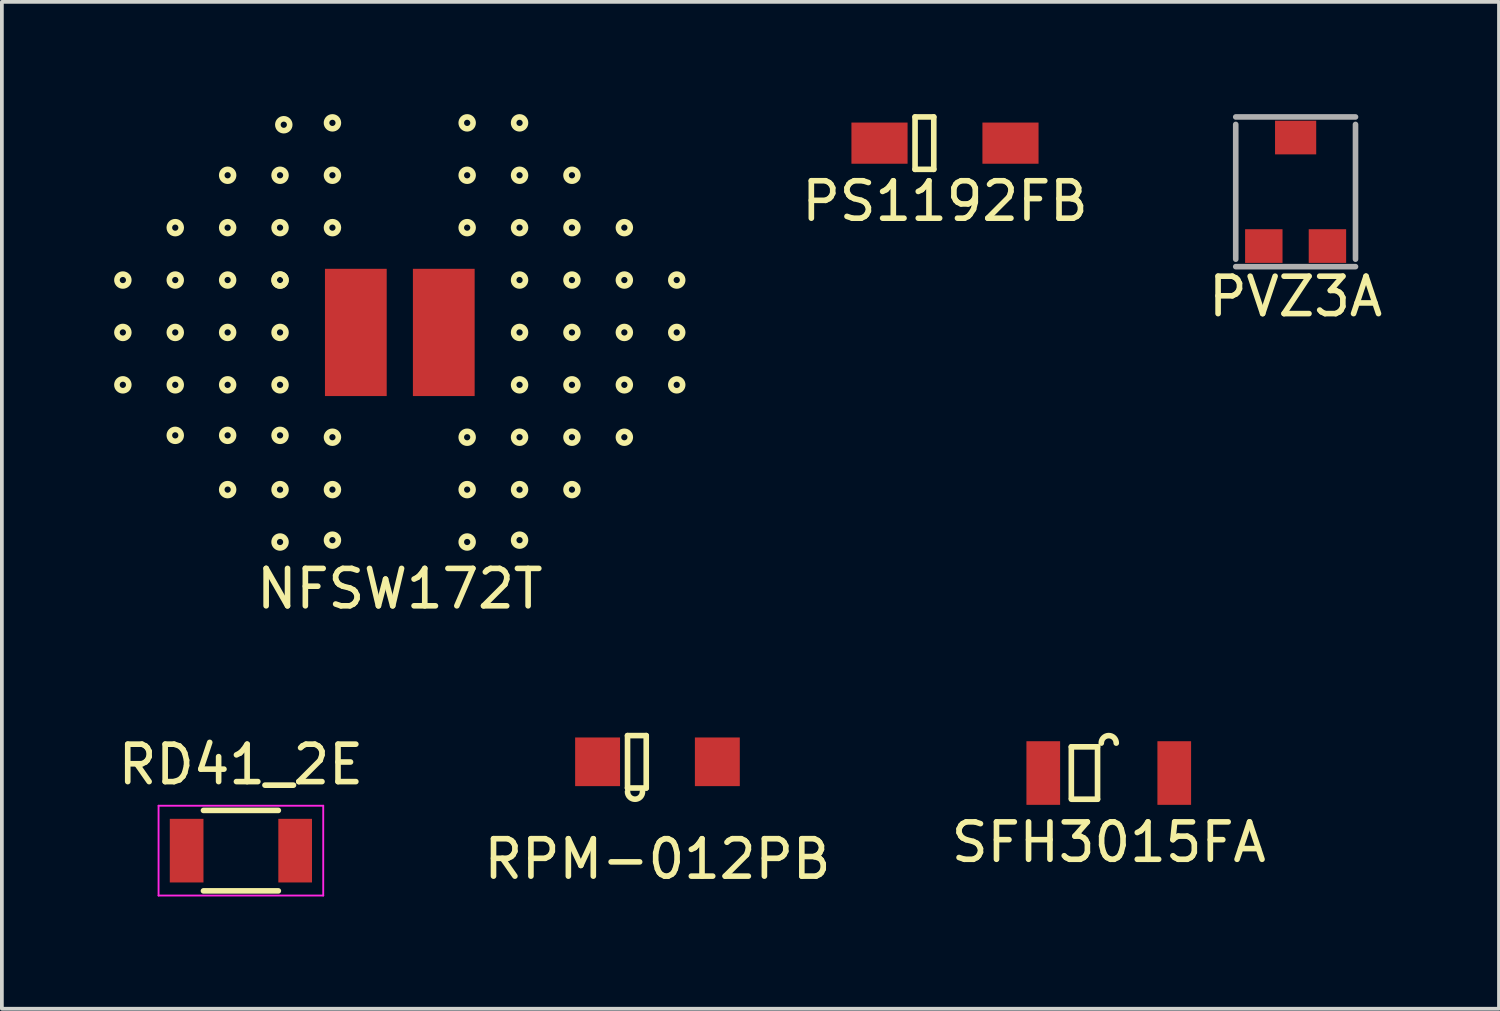
<source format=kicad_pcb>
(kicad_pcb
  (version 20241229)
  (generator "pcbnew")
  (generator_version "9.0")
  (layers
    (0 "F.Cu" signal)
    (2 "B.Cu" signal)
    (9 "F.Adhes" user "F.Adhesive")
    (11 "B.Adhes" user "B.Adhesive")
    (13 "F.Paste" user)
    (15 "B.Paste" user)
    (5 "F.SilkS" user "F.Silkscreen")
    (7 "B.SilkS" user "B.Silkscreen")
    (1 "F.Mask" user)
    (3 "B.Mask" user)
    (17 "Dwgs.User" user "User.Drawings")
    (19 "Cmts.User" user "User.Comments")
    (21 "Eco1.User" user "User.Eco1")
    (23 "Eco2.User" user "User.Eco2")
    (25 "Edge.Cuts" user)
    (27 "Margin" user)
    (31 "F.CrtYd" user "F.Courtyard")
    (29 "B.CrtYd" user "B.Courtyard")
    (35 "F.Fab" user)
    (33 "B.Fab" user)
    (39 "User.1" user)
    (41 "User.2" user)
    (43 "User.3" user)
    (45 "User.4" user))
  (footprint "RD41_2E"
    (layer "F.Cu")
    (at 3.387 19.68)
    (property "Reference" "RD41_2E" (at 0 -2.3 0) (layer "F.SilkS") (effects (font (size 1 1) (thickness 0.15))))
    (attr smd)
    (fp_line (start -1 -1.075) (end 1 -1.075) (stroke (width 0.15) (type solid)) (layer "F.SilkS"))
    (fp_line (start 1 1.075) (end -1 1.075) (stroke (width 0.15) (type solid)) (layer "F.SilkS"))
    (fp_line (start -2.2 -1.2) (end -2.2 1.2) (stroke (width 0.05) (type solid)) (layer "F.CrtYd"))
    (fp_line (start -2.2 -1.2) (end 2.2 -1.2) (stroke (width 0.05) (type solid)) (layer "F.CrtYd"))
    (fp_line (start -2.2 1.2) (end 2.2 1.2) (stroke (width 0.05) (type solid)) (layer "F.CrtYd"))
    (fp_line (start 2.2 -1.2) (end 2.2 1.2) (stroke (width 0.05) (type solid)) (layer "F.CrtYd"))
    (pad "1" smd rect (at -1.45 0) (size 0.9 1.7) (layers "F.Cu" "F.Mask" "F.Paste"))
    (pad "2" smd rect (at 1.45 0) (size 0.9 1.7) (layers "F.Cu" "F.Mask" "F.Paste")))
  (footprint "PS1192FB"
    (layer "F.Cu")
    (at 22.201 0.775)
    (property "Reference" "PS1192FB" (at 0 1.55 0) (layer "F.SilkS") (effects (font (size 1 1) (thickness 0.15))))
    (attr through_hole)
    (fp_line (start -0.8 -0.7) (end -0.3 -0.7) (stroke (width 0.15) (type solid)) (layer "F.SilkS"))
    (fp_line (start -0.8 0.7) (end -0.8 -0.7) (stroke (width 0.15) (type solid)) (layer "F.SilkS"))
    (fp_line (start -0.3 -0.7) (end -0.3 0.7) (stroke (width 0.15) (type solid)) (layer "F.SilkS"))
    (fp_line (start -0.3 0.7) (end -0.8 0.7) (stroke (width 0.15) (type solid)) (layer "F.SilkS"))
    (pad "1" smd rect (at -1.75 0) (size 1.5 1.1) (layers "F.Cu" "F.Mask" "F.Paste"))
    (pad "2" smd rect (at 1.75 0) (size 1.5 1.1) (layers "F.Cu" "F.Mask" "F.Paste")))
  (footprint "PVZ3A"
    (layer "F.Cu")
    (at 31.57 2.075)
    (property "Reference" "PVZ3A" (at 0 2.8 0) (layer "F.SilkS") (effects (font (size 1 1) (thickness 0.15))))
    (attr through_hole)
    (fp_line (start -1.6 -2) (end 1.6 -2) (stroke (width 0.15) (type solid)) (layer "F.Fab"))
    (fp_line (start -1.6 1.8) (end -1.6 -1.8) (stroke (width 0.15) (type solid)) (layer "F.Fab"))
    (fp_line (start -1.6 2) (end 1.6 2) (stroke (width 0.15) (type solid)) (layer "F.Fab"))
    (fp_line (start 1.6 1.8) (end 1.6 -1.8) (stroke (width 0.15) (type solid)) (layer "F.Fab"))
    (pad "1" smd rect (at -0.85 1.45) (size 1 0.9) (layers "F.Cu" "F.Mask" "F.Paste"))
    (pad "2" smd rect (at 0 -1.45) (size 1.1 0.9) (layers "F.Cu" "F.Mask" "F.Paste"))
    (pad "3" smd rect (at 0.85 1.45) (size 1 0.9) (layers "F.Cu" "F.Mask" "F.Paste")))
  (footprint "SFH3015FA"
    (layer "F.Cu")
    (at 26.577 17.606)
    (property "Reference" "SFH3015FA" (at 0 1.85 0) (layer "F.SilkS") (effects (font (size 1 1) (thickness 0.15))))
    (attr through_hole)
    (fp_line (start -1 -0.7) (end -0.3 -0.7) (stroke (width 0.15) (type solid)) (layer "F.SilkS"))
    (fp_line (start -1 0.67) (end -1 -0.7) (stroke (width 0.15) (type solid)) (layer "F.SilkS"))
    (fp_line (start -0.3 -0.7) (end -0.3 0.7) (stroke (width 0.15) (type solid)) (layer "F.SilkS"))
    (fp_line (start -0.3 0.7) (end -1 0.7) (stroke (width 0.15) (type solid)) (layer "F.SilkS"))
    (fp_arc (start -0.2 -0.8) (mid 0 -1) (end 0.2 -0.8) (stroke (width 0.15) (type solid)) (layer "F.SilkS"))
    (pad "1" smd rect (at 1.75 0) (size 0.9 1.7) (layers "F.Cu" "F.Mask" "F.Paste"))
    (pad "2" smd rect (at -1.75 0) (size 0.9 1.7) (layers "F.Cu" "F.Mask" "F.Paste")))
  (footprint "RPM-012PB"
    (layer "F.Cu")
    (at 14.518 16.856)
    (property "Reference" "RPM-012PB" (at 0 3.05 0) (layer "F.SilkS") (effects (font (size 1 1) (thickness 0.15))))
    (attr through_hole)
    (fp_line (start -0.8 -0.25) (end -0.3 -0.25) (stroke (width 0.15) (type solid)) (layer "F.SilkS"))
    (fp_line (start -0.8 1.15) (end -0.8 -0.25) (stroke (width 0.15) (type solid)) (layer "F.SilkS"))
    (fp_line (start -0.3 -0.25) (end -0.3 1.15) (stroke (width 0.15) (type solid)) (layer "F.SilkS"))
    (fp_line (start -0.3 1.15) (end -0.8 1.15) (stroke (width 0.15) (type solid)) (layer "F.SilkS"))
    (fp_arc (start -0.4 1.25) (mid -0.6 1.45) (end -0.8 1.25) (stroke (width 0.15) (type solid)) (layer "F.SilkS"))
    (pad "1" smd rect (at -1.6 0.45) (size 1.2 1.3) (layers "F.Cu" "F.Mask" "F.Paste"))
    (pad "2" smd rect (at 1.6 0.45) (size 1.2 1.3) (layers "F.Cu" "F.Mask" "F.Paste")))
  (footprint "NFSW172T"
    (layer "F.Cu")
    (at 7.633 5.833)
    (property "Reference" "NFSW172T" (at 0 6.85 0) (layer "F.SilkS") (effects (font (size 1 1) (thickness 0.15))))
    (attr through_hole)
    (fp_circle (center -7.4 -1.4) (end -7.55 -1.35) (stroke (width 0.15) (type solid)) (fill no) (layer "F.SilkS"))
    (fp_circle (center -7.4 0) (end -7.55 0.05) (stroke (width 0.15) (type solid)) (fill no) (layer "F.SilkS"))
    (fp_circle (center -7.4 1.4) (end -7.55 1.45) (stroke (width 0.15) (type solid)) (fill no) (layer "F.SilkS"))
    (fp_circle (center -6 -2.8) (end -6.15 -2.75) (stroke (width 0.15) (type solid)) (fill no) (layer "F.SilkS"))
    (fp_circle (center -6 -1.4) (end -6.15 -1.35) (stroke (width 0.15) (type solid)) (fill no) (layer "F.SilkS"))
    (fp_circle (center -6 0) (end -6.15 0.05) (stroke (width 0.15) (type solid)) (fill no) (layer "F.SilkS"))
    (fp_circle (center -6 1.4) (end -6.15 1.45) (stroke (width 0.15) (type solid)) (fill no) (layer "F.SilkS"))
    (fp_circle (center -6 2.75) (end -6.15 2.8) (stroke (width 0.15) (type solid)) (fill no) (layer "F.SilkS"))
    (fp_circle (center -4.6 -4.2) (end -4.75 -4.15) (stroke (width 0.15) (type solid)) (fill no) (layer "F.SilkS"))
    (fp_circle (center -4.6 -2.8) (end -4.75 -2.75) (stroke (width 0.15) (type solid)) (fill no) (layer "F.SilkS"))
    (fp_circle (center -4.6 -1.4) (end -4.75 -1.35) (stroke (width 0.15) (type solid)) (fill no) (layer "F.SilkS"))
    (fp_circle (center -4.6 0) (end -4.75 0.05) (stroke (width 0.15) (type solid)) (fill no) (layer "F.SilkS"))
    (fp_circle (center -4.6 1.4) (end -4.75 1.45) (stroke (width 0.15) (type solid)) (fill no) (layer "F.SilkS"))
    (fp_circle (center -4.6 2.75) (end -4.75 2.8) (stroke (width 0.15) (type solid)) (fill no) (layer "F.SilkS"))
    (fp_circle (center -4.6 4.2) (end -4.75 4.25) (stroke (width 0.15) (type solid)) (fill no) (layer "F.SilkS"))
    (fp_circle (center -3.2 -4.2) (end -3.35 -4.15) (stroke (width 0.15) (type solid)) (fill no) (layer "F.SilkS"))
    (fp_circle (center -3.2 -2.8) (end -3.35 -2.75) (stroke (width 0.15) (type solid)) (fill no) (layer "F.SilkS"))
    (fp_circle (center -3.2 -1.4) (end -3.35 -1.35) (stroke (width 0.15) (type solid)) (fill no) (layer "F.SilkS"))
    (fp_circle (center -3.2 -1.4) (end -3.35 -1.35) (stroke (width 0.15) (type solid)) (fill no) (layer "F.SilkS"))
    (fp_circle (center -3.2 0) (end -3.35 0.05) (stroke (width 0.15) (type solid)) (fill no) (layer "F.SilkS"))
    (fp_circle (center -3.2 1.4) (end -3.35 1.45) (stroke (width 0.15) (type solid)) (fill no) (layer "F.SilkS"))
    (fp_circle (center -3.2 2.75) (end -3.35 2.8) (stroke (width 0.15) (type solid)) (fill no) (layer "F.SilkS"))
    (fp_circle (center -3.2 4.2) (end -3.35 4.25) (stroke (width 0.15) (type solid)) (fill no) (layer "F.SilkS"))
    (fp_circle (center -3.2 5.6) (end -3.35 5.65) (stroke (width 0.15) (type solid)) (fill no) (layer "F.SilkS"))
    (fp_circle (center -3.1 -5.55) (end -3.25 -5.5) (stroke (width 0.15) (type solid)) (fill no) (layer "F.SilkS"))
    (fp_circle (center -1.8 -5.6) (end -1.95 -5.55) (stroke (width 0.15) (type solid)) (fill no) (layer "F.SilkS"))
    (fp_circle (center -1.8 -4.2) (end -1.95 -4.15) (stroke (width 0.15) (type solid)) (fill no) (layer "F.SilkS"))
    (fp_circle (center -1.8 -2.8) (end -1.95 -2.75) (stroke (width 0.15) (type solid)) (fill no) (layer "F.SilkS"))
    (fp_circle (center -1.8 2.8) (end -1.95 2.85) (stroke (width 0.15) (type solid)) (fill no) (layer "F.SilkS"))
    (fp_circle (center -1.8 4.2) (end -1.95 4.25) (stroke (width 0.15) (type solid)) (fill no) (layer "F.SilkS"))
    (fp_circle (center -1.8 5.55) (end -1.95 5.6) (stroke (width 0.15) (type solid)) (fill no) (layer "F.SilkS"))
    (fp_circle (center 1.8 -5.6) (end 1.95 -5.55) (stroke (width 0.15) (type solid)) (fill no) (layer "F.SilkS"))
    (fp_circle (center 1.8 -4.2) (end 1.95 -4.15) (stroke (width 0.15) (type solid)) (fill no) (layer "F.SilkS"))
    (fp_circle (center 1.8 -2.8) (end 1.95 -2.75) (stroke (width 0.15) (type solid)) (fill no) (layer "F.SilkS"))
    (fp_circle (center 1.8 2.8) (end 1.95 2.85) (stroke (width 0.15) (type solid)) (fill no) (layer "F.SilkS"))
    (fp_circle (center 1.8 4.2) (end 1.95 4.25) (stroke (width 0.15) (type solid)) (fill no) (layer "F.SilkS"))
    (fp_circle (center 1.8 5.6) (end 1.95 5.65) (stroke (width 0.15) (type solid)) (fill no) (layer "F.SilkS"))
    (fp_circle (center 3.2 -5.6) (end 3.35 -5.55) (stroke (width 0.15) (type solid)) (fill no) (layer "F.SilkS"))
    (fp_circle (center 3.2 -4.2) (end 3.35 -4.15) (stroke (width 0.15) (type solid)) (fill no) (layer "F.SilkS"))
    (fp_circle (center 3.2 -2.8) (end 3.35 -2.75) (stroke (width 0.15) (type solid)) (fill no) (layer "F.SilkS"))
    (fp_circle (center 3.2 -1.4) (end 3.35 -1.35) (stroke (width 0.15) (type solid)) (fill no) (layer "F.SilkS"))
    (fp_circle (center 3.2 0) (end 3.35 0.05) (stroke (width 0.15) (type solid)) (fill no) (layer "F.SilkS"))
    (fp_circle (center 3.2 1.4) (end 3.35 1.45) (stroke (width 0.15) (type solid)) (fill no) (layer "F.SilkS"))
    (fp_circle (center 3.2 2.8) (end 3.35 2.85) (stroke (width 0.15) (type solid)) (fill no) (layer "F.SilkS"))
    (fp_circle (center 3.2 4.2) (end 3.35 4.25) (stroke (width 0.15) (type solid)) (fill no) (layer "F.SilkS"))
    (fp_circle (center 3.2 5.55) (end 3.35 5.6) (stroke (width 0.15) (type solid)) (fill no) (layer "F.SilkS"))
    (fp_circle (center 4.6 -4.2) (end 4.75 -4.15) (stroke (width 0.15) (type solid)) (fill no) (layer "F.SilkS"))
    (fp_circle (center 4.6 -2.8) (end 4.75 -2.75) (stroke (width 0.15) (type solid)) (fill no) (layer "F.SilkS"))
    (fp_circle (center 4.6 -1.4) (end 4.75 -1.35) (stroke (width 0.15) (type solid)) (fill no) (layer "F.SilkS"))
    (fp_circle (center 4.6 0) (end 4.75 0.05) (stroke (width 0.15) (type solid)) (fill no) (layer "F.SilkS"))
    (fp_circle (center 4.6 1.4) (end 4.75 1.45) (stroke (width 0.15) (type solid)) (fill no) (layer "F.SilkS"))
    (fp_circle (center 4.6 2.8) (end 4.75 2.85) (stroke (width 0.15) (type solid)) (fill no) (layer "F.SilkS"))
    (fp_circle (center 4.6 4.2) (end 4.75 4.25) (stroke (width 0.15) (type solid)) (fill no) (layer "F.SilkS"))
    (fp_circle (center 6 -2.8) (end 6.15 -2.75) (stroke (width 0.15) (type solid)) (fill no) (layer "F.SilkS"))
    (fp_circle (center 6 -1.4) (end 6.15 -1.35) (stroke (width 0.15) (type solid)) (fill no) (layer "F.SilkS"))
    (fp_circle (center 6 0) (end 6.15 0.05) (stroke (width 0.15) (type solid)) (fill no) (layer "F.SilkS"))
    (fp_circle (center 6 1.4) (end 6.15 1.45) (stroke (width 0.15) (type solid)) (fill no) (layer "F.SilkS"))
    (fp_circle (center 6 2.8) (end 6.15 2.85) (stroke (width 0.15) (type solid)) (fill no) (layer "F.SilkS"))
    (fp_circle (center 7.4 -1.4) (end 7.55 -1.35) (stroke (width 0.15) (type solid)) (fill no) (layer "F.SilkS"))
    (fp_circle (center 7.4 0) (end 7.55 0.05) (stroke (width 0.15) (type solid)) (fill no) (layer "F.SilkS"))
    (fp_circle (center 7.4 1.4) (end 7.55 1.45) (stroke (width 0.15) (type solid)) (fill no) (layer "F.SilkS"))
    (pad "1" smd rect (at -1.175 0) (size 1.65 3.4) (layers "F.Cu" "F.Mask" "F.Paste"))
    (pad "2" smd rect (at 1.175 0) (size 1.65 3.4) (layers "F.Cu" "F.Mask" "F.Paste")))
  (gr_rect
    (start -3 -3)
    (end 37.004 23.905)
    (stroke (width 0.1) (type default))
    (fill no)
    (layer "Edge.Cuts")))
</source>
